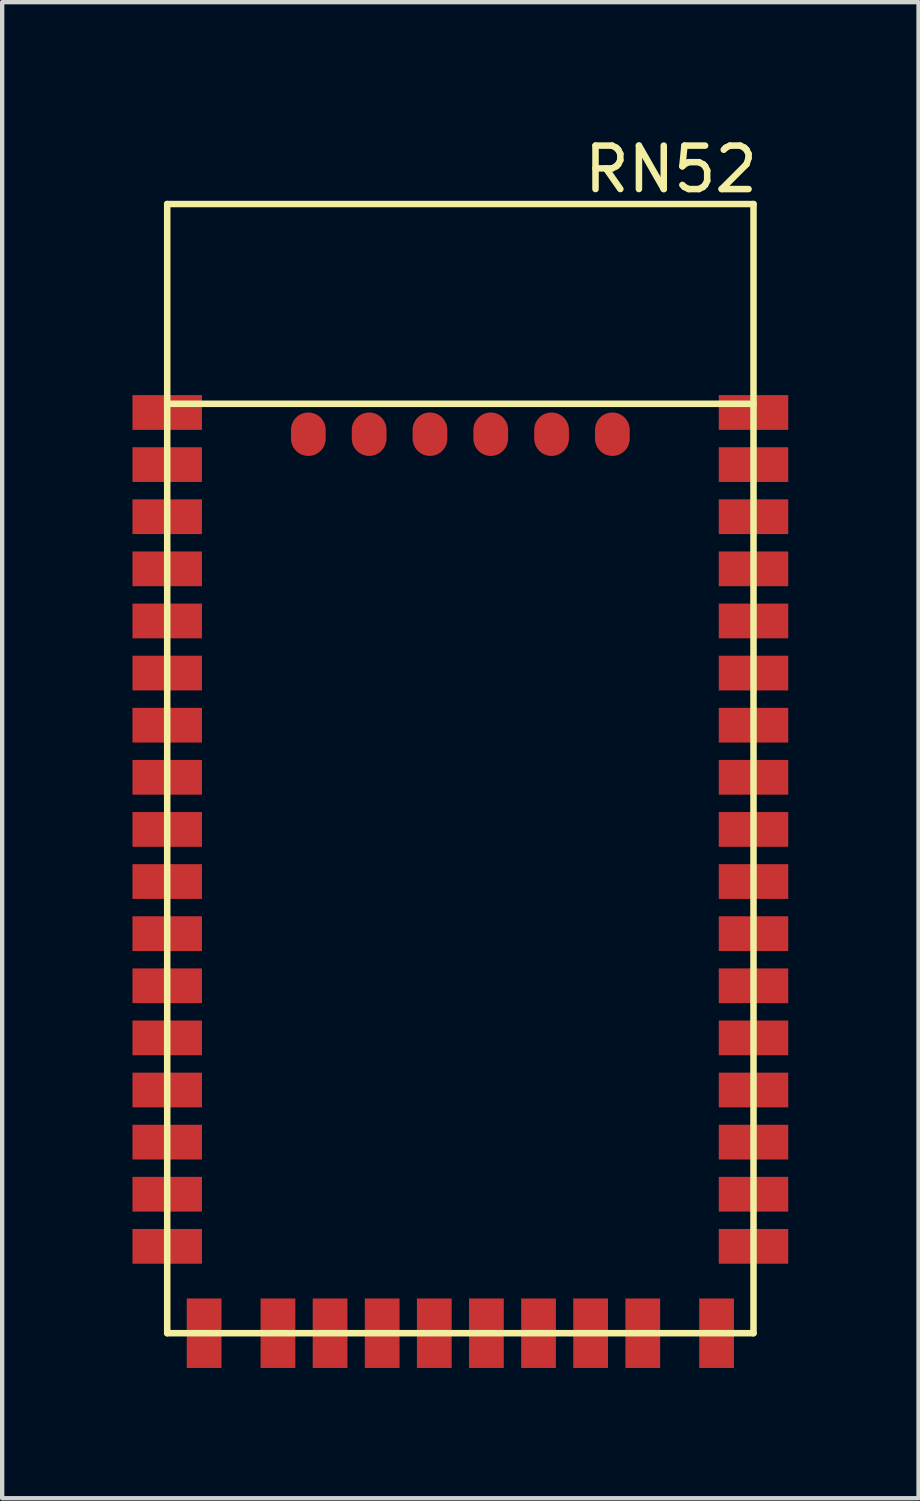
<source format=kicad_pcb>
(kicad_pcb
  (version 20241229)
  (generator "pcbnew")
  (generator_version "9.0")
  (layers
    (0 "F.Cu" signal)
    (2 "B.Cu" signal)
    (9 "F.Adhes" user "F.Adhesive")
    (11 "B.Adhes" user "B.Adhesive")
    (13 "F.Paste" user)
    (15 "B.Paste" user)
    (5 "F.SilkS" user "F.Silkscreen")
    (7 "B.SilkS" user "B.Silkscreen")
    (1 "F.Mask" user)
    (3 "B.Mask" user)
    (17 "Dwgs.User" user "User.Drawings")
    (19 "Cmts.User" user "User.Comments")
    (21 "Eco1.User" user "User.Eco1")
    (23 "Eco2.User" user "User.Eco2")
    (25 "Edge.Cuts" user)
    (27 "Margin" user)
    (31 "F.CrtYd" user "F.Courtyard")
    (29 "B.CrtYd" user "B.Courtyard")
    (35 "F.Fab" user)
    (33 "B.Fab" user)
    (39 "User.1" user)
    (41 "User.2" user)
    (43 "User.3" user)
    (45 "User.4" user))
  (footprint "RN52"
    (layer "F.Cu")
    (at 7.55 14.398)
    (property "Reference" "RN52" (at 4.85 -13.55 0) (layer "F.SilkS") (effects (font (size 1 1) (thickness 0.15))))
    (attr through_hole)
    (fp_line (start -6.75 -12.75) (end -6.75 13.25) (stroke (width 0.15) (type solid)) (layer "F.SilkS"))
    (fp_line (start -6.75 -8.15) (end 6.75 -8.15) (stroke (width 0.15) (type solid)) (layer "F.SilkS"))
    (fp_line (start -6.75 13.25) (end 6.75 13.25) (stroke (width 0.15) (type solid)) (layer "F.SilkS"))
    (fp_line (start 6.75 -12.75) (end -6.75 -12.75) (stroke (width 0.15) (type solid)) (layer "F.SilkS"))
    (fp_line (start 6.75 13.25) (end 6.75 -12.75) (stroke (width 0.15) (type solid)) (layer "F.SilkS"))
    (pad "1" smd rect (at -6.75 -7.95) (size 1.6 0.8) (layers "F.Cu" "F.Mask" "F.Paste"))
    (pad "2" smd rect (at -6.75 -6.75) (size 1.6 0.8) (layers "F.Cu" "F.Mask" "F.Paste"))
    (pad "3" smd rect (at -6.75 -5.55) (size 1.6 0.8) (layers "F.Cu" "F.Mask" "F.Paste"))
    (pad "4" smd rect (at -6.75 -4.35) (size 1.6 0.8) (layers "F.Cu" "F.Mask" "F.Paste"))
    (pad "5" smd rect (at -6.75 -3.15) (size 1.6 0.8) (layers "F.Cu" "F.Mask" "F.Paste"))
    (pad "6" smd rect (at -6.75 -1.95) (size 1.6 0.8) (layers "F.Cu" "F.Mask" "F.Paste"))
    (pad "7" smd rect (at -6.75 -0.75) (size 1.6 0.8) (layers "F.Cu" "F.Mask" "F.Paste"))
    (pad "8" smd rect (at -6.75 0.45) (size 1.6 0.8) (layers "F.Cu" "F.Mask" "F.Paste"))
    (pad "9" smd rect (at -6.75 1.65) (size 1.6 0.8) (layers "F.Cu" "F.Mask" "F.Paste"))
    (pad "10" smd rect (at -6.75 2.85) (size 1.6 0.8) (layers "F.Cu" "F.Mask" "F.Paste"))
    (pad "11" smd rect (at -6.75 4.05) (size 1.6 0.8) (layers "F.Cu" "F.Mask" "F.Paste"))
    (pad "12" smd rect (at -6.75 5.25) (size 1.6 0.8) (layers "F.Cu" "F.Mask" "F.Paste"))
    (pad "13" smd rect (at -6.75 6.45) (size 1.6 0.8) (layers "F.Cu" "F.Mask" "F.Paste"))
    (pad "14" smd rect (at -6.75 7.65) (size 1.6 0.8) (layers "F.Cu" "F.Mask" "F.Paste"))
    (pad "15" smd rect (at -6.75 8.85) (size 1.6 0.8) (layers "F.Cu" "F.Mask" "F.Paste"))
    (pad "16" smd rect (at -6.75 10.05) (size 1.6 0.8) (layers "F.Cu" "F.Mask" "F.Paste"))
    (pad "17" smd rect (at -6.75 11.25) (size 1.6 0.8) (layers "F.Cu" "F.Mask" "F.Paste"))
    (pad "18" smd rect (at -5.9 13.25) (size 0.8 1.6) (layers "F.Cu" "F.Mask" "F.Paste"))
    (pad "19" smd rect (at -4.2 13.25) (size 0.8 1.6) (layers "F.Cu" "F.Mask" "F.Paste"))
    (pad "20" smd rect (at -3 13.25) (size 0.8 1.6) (layers "F.Cu" "F.Mask" "F.Paste"))
    (pad "21" smd rect (at -1.8 13.25) (size 0.8 1.6) (layers "F.Cu" "F.Mask" "F.Paste"))
    (pad "22" smd rect (at -0.6 13.25) (size 0.8 1.6) (layers "F.Cu" "F.Mask" "F.Paste"))
    (pad "23" smd rect (at 0.6 13.25) (size 0.8 1.6) (layers "F.Cu" "F.Mask" "F.Paste"))
    (pad "24" smd rect (at 1.8 13.25) (size 0.8 1.6) (layers "F.Cu" "F.Mask" "F.Paste"))
    (pad "25" smd rect (at 3 13.25) (size 0.8 1.6) (layers "F.Cu" "F.Mask" "F.Paste"))
    (pad "26" smd rect (at 4.2 13.25) (size 0.8 1.6) (layers "F.Cu" "F.Mask" "F.Paste"))
    (pad "27" smd rect (at 5.9 13.25) (size 0.8 1.6) (layers "F.Cu" "F.Mask" "F.Paste"))
    (pad "28" smd rect (at 6.75 11.25) (size 1.6 0.8) (layers "F.Cu" "F.Mask" "F.Paste"))
    (pad "29" smd rect (at 6.75 10.05) (size 1.6 0.8) (layers "F.Cu" "F.Mask" "F.Paste"))
    (pad "30" smd rect (at 6.75 8.85) (size 1.6 0.8) (layers "F.Cu" "F.Mask" "F.Paste"))
    (pad "31" smd rect (at 6.75 7.65) (size 1.6 0.8) (layers "F.Cu" "F.Mask" "F.Paste"))
    (pad "32" smd rect (at 6.75 6.45) (size 1.6 0.8) (layers "F.Cu" "F.Mask" "F.Paste"))
    (pad "33" smd rect (at 6.75 5.25) (size 1.6 0.8) (layers "F.Cu" "F.Mask" "F.Paste"))
    (pad "34" smd rect (at 6.75 4.05) (size 1.6 0.8) (layers "F.Cu" "F.Mask" "F.Paste"))
    (pad "35" smd rect (at 6.75 2.85) (size 1.6 0.8) (layers "F.Cu" "F.Mask" "F.Paste"))
    (pad "36" smd rect (at 6.75 1.65) (size 1.6 0.8) (layers "F.Cu" "F.Mask" "F.Paste"))
    (pad "37" smd rect (at 6.75 0.45) (size 1.6 0.8) (layers "F.Cu" "F.Mask" "F.Paste"))
    (pad "38" smd rect (at 6.75 -0.75) (size 1.6 0.8) (layers "F.Cu" "F.Mask" "F.Paste"))
    (pad "39" smd rect (at 6.75 -1.95) (size 1.6 0.8) (layers "F.Cu" "F.Mask" "F.Paste"))
    (pad "40" smd rect (at 6.75 -3.15) (size 1.6 0.8) (layers "F.Cu" "F.Mask" "F.Paste"))
    (pad "41" smd rect (at 6.75 -4.35) (size 1.6 0.8) (layers "F.Cu" "F.Mask" "F.Paste"))
    (pad "42" smd rect (at 6.75 -5.55) (size 1.6 0.8) (layers "F.Cu" "F.Mask" "F.Paste"))
    (pad "43" smd rect (at 6.75 -6.75) (size 1.6 0.8) (layers "F.Cu" "F.Mask" "F.Paste"))
    (pad "44" smd rect (at 6.75 -7.95) (size 1.6 0.8) (layers "F.Cu" "F.Mask" "F.Paste"))
    (pad "45" smd oval (at 3.5 -7.45) (size 0.8 1) (layers "F.Cu" "F.Mask" "F.Paste"))
    (pad "46" smd oval (at 2.1 -7.45) (size 0.8 1) (layers "F.Cu" "F.Mask" "F.Paste"))
    (pad "47" smd oval (at 0.7 -7.45) (size 0.8 1) (layers "F.Cu" "F.Mask" "F.Paste"))
    (pad "48" smd oval (at -0.7 -7.45) (size 0.8 1) (layers "F.Cu" "F.Mask" "F.Paste"))
    (pad "49" smd oval (at -2.1 -7.45) (size 0.8 1) (layers "F.Cu" "F.Mask" "F.Paste"))
    (pad "50" smd oval (at -3.5 -7.45) (size 0.8 1) (layers "F.Cu" "F.Mask" "F.Paste")))
  (gr_rect
    (start -3 -3)
    (end 18.1 31.448)
    (stroke (width 0.1) (type default))
    (fill no)
    (layer "Edge.Cuts")))
</source>
